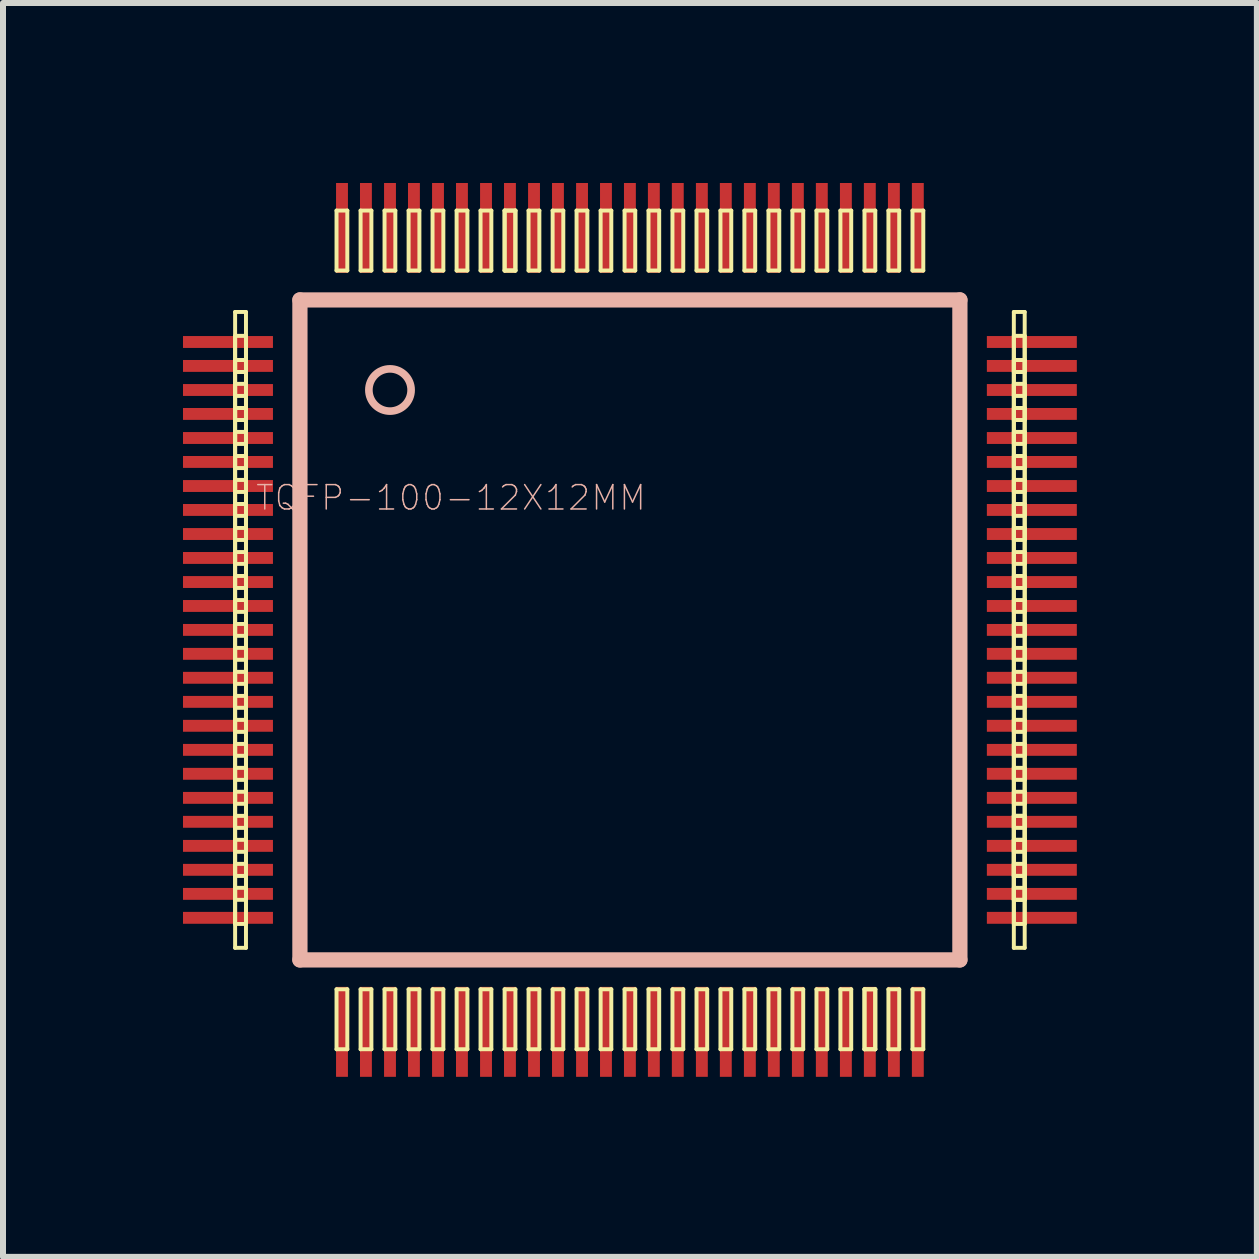
<source format=kicad_pcb>
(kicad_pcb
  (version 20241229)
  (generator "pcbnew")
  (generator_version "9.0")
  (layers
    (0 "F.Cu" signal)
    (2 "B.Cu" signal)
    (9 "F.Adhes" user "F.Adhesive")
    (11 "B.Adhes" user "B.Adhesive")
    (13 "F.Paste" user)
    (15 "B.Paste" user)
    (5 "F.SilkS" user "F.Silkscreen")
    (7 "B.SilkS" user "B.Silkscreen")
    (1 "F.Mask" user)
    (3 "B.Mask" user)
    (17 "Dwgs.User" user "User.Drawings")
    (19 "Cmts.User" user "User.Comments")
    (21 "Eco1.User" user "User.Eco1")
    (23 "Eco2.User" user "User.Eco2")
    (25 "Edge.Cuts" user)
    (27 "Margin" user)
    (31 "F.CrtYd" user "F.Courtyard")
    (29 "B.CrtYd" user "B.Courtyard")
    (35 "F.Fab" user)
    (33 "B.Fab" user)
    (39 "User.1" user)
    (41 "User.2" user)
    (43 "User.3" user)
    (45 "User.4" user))
  (footprint "TQFP-100-12X12MM"
    (layer "F.Cu")
    (at 7.447 7.447)
    (property "Reference" "TQFP-100-12X12MM" (at -2.982 -2.202 0) (layer "B.SilkS") (effects (font (size 0.406 0.406) (thickness 0.025))))
    (attr smd)
    (fp_line (start -6.579 -5.298) (end -6.398 -5.298) (stroke (width 0.066) (type solid)) (layer "F.SilkS"))
    (fp_line (start -6.579 -4.9) (end -6.398 -4.9) (stroke (width 0.066) (type solid)) (layer "F.SilkS"))
    (fp_line (start -6.579 -4.498) (end -6.398 -4.498) (stroke (width 0.066) (type solid)) (layer "F.SilkS"))
    (fp_line (start -6.579 -4.298) (end -6.579 -5.298) (stroke (width 0.066) (type solid)) (layer "F.SilkS"))
    (fp_line (start -6.579 -4.298) (end -6.398 -4.298) (stroke (width 0.066) (type solid)) (layer "F.SilkS"))
    (fp_line (start -6.579 -4.1) (end -6.398 -4.1) (stroke (width 0.066) (type solid)) (layer "F.SilkS"))
    (fp_line (start -6.579 -3.899) (end -6.579 -4.9) (stroke (width 0.066) (type solid)) (layer "F.SilkS"))
    (fp_line (start -6.579 -3.899) (end -6.398 -3.899) (stroke (width 0.066) (type solid)) (layer "F.SilkS"))
    (fp_line (start -6.579 -3.698) (end -6.398 -3.698) (stroke (width 0.066) (type solid)) (layer "F.SilkS"))
    (fp_line (start -6.579 -3.498) (end -6.579 -4.498) (stroke (width 0.066) (type solid)) (layer "F.SilkS"))
    (fp_line (start -6.579 -3.498) (end -6.398 -3.498) (stroke (width 0.066) (type solid)) (layer "F.SilkS"))
    (fp_line (start -6.579 -3.299) (end -6.398 -3.299) (stroke (width 0.066) (type solid)) (layer "F.SilkS"))
    (fp_line (start -6.579 -3.099) (end -6.579 -4.1) (stroke (width 0.066) (type solid)) (layer "F.SilkS"))
    (fp_line (start -6.579 -3.099) (end -6.398 -3.099) (stroke (width 0.066) (type solid)) (layer "F.SilkS"))
    (fp_line (start -6.579 -2.898) (end -6.398 -2.898) (stroke (width 0.066) (type solid)) (layer "F.SilkS"))
    (fp_line (start -6.579 -2.697) (end -6.579 -3.698) (stroke (width 0.066) (type solid)) (layer "F.SilkS"))
    (fp_line (start -6.579 -2.697) (end -6.398 -2.697) (stroke (width 0.066) (type solid)) (layer "F.SilkS"))
    (fp_line (start -6.579 -2.499) (end -6.398 -2.499) (stroke (width 0.066) (type solid)) (layer "F.SilkS"))
    (fp_line (start -6.579 -2.299) (end -6.579 -3.299) (stroke (width 0.066) (type solid)) (layer "F.SilkS"))
    (fp_line (start -6.579 -2.299) (end -6.398 -2.299) (stroke (width 0.066) (type solid)) (layer "F.SilkS"))
    (fp_line (start -6.579 -2.098) (end -6.398 -2.098) (stroke (width 0.066) (type solid)) (layer "F.SilkS"))
    (fp_line (start -6.579 -1.9) (end -6.579 -2.898) (stroke (width 0.066) (type solid)) (layer "F.SilkS"))
    (fp_line (start -6.579 -1.9) (end -6.398 -1.9) (stroke (width 0.066) (type solid)) (layer "F.SilkS"))
    (fp_line (start -6.579 -1.699) (end -6.398 -1.699) (stroke (width 0.066) (type solid)) (layer "F.SilkS"))
    (fp_line (start -6.579 -1.499) (end -6.579 -2.499) (stroke (width 0.066) (type solid)) (layer "F.SilkS"))
    (fp_line (start -6.579 -1.499) (end -6.398 -1.499) (stroke (width 0.066) (type solid)) (layer "F.SilkS"))
    (fp_line (start -6.579 -1.298) (end -6.398 -1.298) (stroke (width 0.066) (type solid)) (layer "F.SilkS"))
    (fp_line (start -6.579 -1.1) (end -6.579 -2.098) (stroke (width 0.066) (type solid)) (layer "F.SilkS"))
    (fp_line (start -6.579 -1.1) (end -6.398 -1.1) (stroke (width 0.066) (type solid)) (layer "F.SilkS"))
    (fp_line (start -6.579 -0.899) (end -6.398 -0.899) (stroke (width 0.066) (type solid)) (layer "F.SilkS"))
    (fp_line (start -6.579 -0.699) (end -6.579 -1.699) (stroke (width 0.066) (type solid)) (layer "F.SilkS"))
    (fp_line (start -6.579 -0.699) (end -6.398 -0.699) (stroke (width 0.066) (type solid)) (layer "F.SilkS"))
    (fp_line (start -6.579 -0.498) (end -6.398 -0.498) (stroke (width 0.066) (type solid)) (layer "F.SilkS"))
    (fp_line (start -6.579 -0.3) (end -6.579 -1.298) (stroke (width 0.066) (type solid)) (layer "F.SilkS"))
    (fp_line (start -6.579 -0.3) (end -6.398 -0.3) (stroke (width 0.066) (type solid)) (layer "F.SilkS"))
    (fp_line (start -6.579 -0.099) (end -6.398 -0.099) (stroke (width 0.066) (type solid)) (layer "F.SilkS"))
    (fp_line (start -6.579 0.099) (end -6.579 -0.899) (stroke (width 0.066) (type solid)) (layer "F.SilkS"))
    (fp_line (start -6.579 0.099) (end -6.398 0.099) (stroke (width 0.066) (type solid)) (layer "F.SilkS"))
    (fp_line (start -6.579 0.3) (end -6.398 0.3) (stroke (width 0.066) (type solid)) (layer "F.SilkS"))
    (fp_line (start -6.579 0.498) (end -6.579 -0.498) (stroke (width 0.066) (type solid)) (layer "F.SilkS"))
    (fp_line (start -6.579 0.498) (end -6.398 0.498) (stroke (width 0.066) (type solid)) (layer "F.SilkS"))
    (fp_line (start -6.579 0.699) (end -6.398 0.699) (stroke (width 0.066) (type solid)) (layer "F.SilkS"))
    (fp_line (start -6.579 0.899) (end -6.579 -0.099) (stroke (width 0.066) (type solid)) (layer "F.SilkS"))
    (fp_line (start -6.579 0.899) (end -6.398 0.899) (stroke (width 0.066) (type solid)) (layer "F.SilkS"))
    (fp_line (start -6.579 1.1) (end -6.398 1.1) (stroke (width 0.066) (type solid)) (layer "F.SilkS"))
    (fp_line (start -6.579 1.298) (end -6.579 0.3) (stroke (width 0.066) (type solid)) (layer "F.SilkS"))
    (fp_line (start -6.579 1.298) (end -6.398 1.298) (stroke (width 0.066) (type solid)) (layer "F.SilkS"))
    (fp_line (start -6.579 1.499) (end -6.398 1.499) (stroke (width 0.066) (type solid)) (layer "F.SilkS"))
    (fp_line (start -6.579 1.699) (end -6.579 0.699) (stroke (width 0.066) (type solid)) (layer "F.SilkS"))
    (fp_line (start -6.579 1.699) (end -6.398 1.699) (stroke (width 0.066) (type solid)) (layer "F.SilkS"))
    (fp_line (start -6.579 1.9) (end -6.398 1.9) (stroke (width 0.066) (type solid)) (layer "F.SilkS"))
    (fp_line (start -6.579 2.098) (end -6.579 1.1) (stroke (width 0.066) (type solid)) (layer "F.SilkS"))
    (fp_line (start -6.579 2.098) (end -6.398 2.098) (stroke (width 0.066) (type solid)) (layer "F.SilkS"))
    (fp_line (start -6.579 2.299) (end -6.398 2.299) (stroke (width 0.066) (type solid)) (layer "F.SilkS"))
    (fp_line (start -6.579 2.499) (end -6.579 1.499) (stroke (width 0.066) (type solid)) (layer "F.SilkS"))
    (fp_line (start -6.579 2.499) (end -6.398 2.499) (stroke (width 0.066) (type solid)) (layer "F.SilkS"))
    (fp_line (start -6.579 2.697) (end -6.398 2.697) (stroke (width 0.066) (type solid)) (layer "F.SilkS"))
    (fp_line (start -6.579 2.898) (end -6.579 1.9) (stroke (width 0.066) (type solid)) (layer "F.SilkS"))
    (fp_line (start -6.579 2.898) (end -6.398 2.898) (stroke (width 0.066) (type solid)) (layer "F.SilkS"))
    (fp_line (start -6.579 3.099) (end -6.398 3.099) (stroke (width 0.066) (type solid)) (layer "F.SilkS"))
    (fp_line (start -6.579 3.299) (end -6.579 2.299) (stroke (width 0.066) (type solid)) (layer "F.SilkS"))
    (fp_line (start -6.579 3.299) (end -6.398 3.299) (stroke (width 0.066) (type solid)) (layer "F.SilkS"))
    (fp_line (start -6.579 3.498) (end -6.398 3.498) (stroke (width 0.066) (type solid)) (layer "F.SilkS"))
    (fp_line (start -6.579 3.698) (end -6.579 2.697) (stroke (width 0.066) (type solid)) (layer "F.SilkS"))
    (fp_line (start -6.579 3.698) (end -6.398 3.698) (stroke (width 0.066) (type solid)) (layer "F.SilkS"))
    (fp_line (start -6.579 3.899) (end -6.398 3.899) (stroke (width 0.066) (type solid)) (layer "F.SilkS"))
    (fp_line (start -6.579 4.1) (end -6.579 3.099) (stroke (width 0.066) (type solid)) (layer "F.SilkS"))
    (fp_line (start -6.579 4.1) (end -6.398 4.1) (stroke (width 0.066) (type solid)) (layer "F.SilkS"))
    (fp_line (start -6.579 4.298) (end -6.398 4.298) (stroke (width 0.066) (type solid)) (layer "F.SilkS"))
    (fp_line (start -6.579 4.498) (end -6.579 3.498) (stroke (width 0.066) (type solid)) (layer "F.SilkS"))
    (fp_line (start -6.579 4.498) (end -6.398 4.498) (stroke (width 0.066) (type solid)) (layer "F.SilkS"))
    (fp_line (start -6.579 4.9) (end -6.579 3.899) (stroke (width 0.066) (type solid)) (layer "F.SilkS"))
    (fp_line (start -6.579 4.9) (end -6.398 4.9) (stroke (width 0.066) (type solid)) (layer "F.SilkS"))
    (fp_line (start -6.579 5.298) (end -6.579 4.298) (stroke (width 0.066) (type solid)) (layer "F.SilkS"))
    (fp_line (start -6.579 5.298) (end -6.398 5.298) (stroke (width 0.066) (type solid)) (layer "F.SilkS"))
    (fp_line (start -6.398 -4.298) (end -6.398 -5.298) (stroke (width 0.066) (type solid)) (layer "F.SilkS"))
    (fp_line (start -6.398 -3.899) (end -6.398 -4.9) (stroke (width 0.066) (type solid)) (layer "F.SilkS"))
    (fp_line (start -6.398 -3.498) (end -6.398 -4.498) (stroke (width 0.066) (type solid)) (layer "F.SilkS"))
    (fp_line (start -6.398 -3.099) (end -6.398 -4.1) (stroke (width 0.066) (type solid)) (layer "F.SilkS"))
    (fp_line (start -6.398 -2.697) (end -6.398 -3.698) (stroke (width 0.066) (type solid)) (layer "F.SilkS"))
    (fp_line (start -6.398 -2.299) (end -6.398 -3.299) (stroke (width 0.066) (type solid)) (layer "F.SilkS"))
    (fp_line (start -6.398 -1.9) (end -6.398 -2.898) (stroke (width 0.066) (type solid)) (layer "F.SilkS"))
    (fp_line (start -6.398 -1.499) (end -6.398 -2.499) (stroke (width 0.066) (type solid)) (layer "F.SilkS"))
    (fp_line (start -6.398 -1.1) (end -6.398 -2.098) (stroke (width 0.066) (type solid)) (layer "F.SilkS"))
    (fp_line (start -6.398 -0.699) (end -6.398 -1.699) (stroke (width 0.066) (type solid)) (layer "F.SilkS"))
    (fp_line (start -6.398 -0.3) (end -6.398 -1.298) (stroke (width 0.066) (type solid)) (layer "F.SilkS"))
    (fp_line (start -6.398 0.099) (end -6.398 -0.899) (stroke (width 0.066) (type solid)) (layer "F.SilkS"))
    (fp_line (start -6.398 0.498) (end -6.398 -0.498) (stroke (width 0.066) (type solid)) (layer "F.SilkS"))
    (fp_line (start -6.398 0.899) (end -6.398 -0.099) (stroke (width 0.066) (type solid)) (layer "F.SilkS"))
    (fp_line (start -6.398 1.298) (end -6.398 0.3) (stroke (width 0.066) (type solid)) (layer "F.SilkS"))
    (fp_line (start -6.398 1.699) (end -6.398 0.699) (stroke (width 0.066) (type solid)) (layer "F.SilkS"))
    (fp_line (start -6.398 2.098) (end -6.398 1.1) (stroke (width 0.066) (type solid)) (layer "F.SilkS"))
    (fp_line (start -6.398 2.499) (end -6.398 1.499) (stroke (width 0.066) (type solid)) (layer "F.SilkS"))
    (fp_line (start -6.398 2.898) (end -6.398 1.9) (stroke (width 0.066) (type solid)) (layer "F.SilkS"))
    (fp_line (start -6.398 3.299) (end -6.398 2.299) (stroke (width 0.066) (type solid)) (layer "F.SilkS"))
    (fp_line (start -6.398 3.698) (end -6.398 2.697) (stroke (width 0.066) (type solid)) (layer "F.SilkS"))
    (fp_line (start -6.398 4.1) (end -6.398 3.099) (stroke (width 0.066) (type solid)) (layer "F.SilkS"))
    (fp_line (start -6.398 4.498) (end -6.398 3.498) (stroke (width 0.066) (type solid)) (layer "F.SilkS"))
    (fp_line (start -6.398 4.9) (end -6.398 3.899) (stroke (width 0.066) (type solid)) (layer "F.SilkS"))
    (fp_line (start -6.398 5.298) (end -6.398 4.298) (stroke (width 0.066) (type solid)) (layer "F.SilkS"))
    (fp_line (start -4.889 -6.988) (end -4.709 -6.988) (stroke (width 0.066) (type solid)) (layer "F.SilkS"))
    (fp_line (start -4.889 -5.989) (end -4.889 -6.988) (stroke (width 0.066) (type solid)) (layer "F.SilkS"))
    (fp_line (start -4.889 -5.989) (end -4.709 -5.989) (stroke (width 0.066) (type solid)) (layer "F.SilkS"))
    (fp_line (start -4.889 5.989) (end -4.709 5.989) (stroke (width 0.066) (type solid)) (layer "F.SilkS"))
    (fp_line (start -4.889 6.988) (end -4.889 5.989) (stroke (width 0.066) (type solid)) (layer "F.SilkS"))
    (fp_line (start -4.889 6.988) (end -4.709 6.988) (stroke (width 0.066) (type solid)) (layer "F.SilkS"))
    (fp_line (start -4.709 -5.989) (end -4.709 -6.988) (stroke (width 0.066) (type solid)) (layer "F.SilkS"))
    (fp_line (start -4.709 6.988) (end -4.709 5.989) (stroke (width 0.066) (type solid)) (layer "F.SilkS"))
    (fp_line (start -4.488 -6.988) (end -4.308 -6.988) (stroke (width 0.066) (type solid)) (layer "F.SilkS"))
    (fp_line (start -4.488 -5.989) (end -4.488 -6.988) (stroke (width 0.066) (type solid)) (layer "F.SilkS"))
    (fp_line (start -4.488 -5.989) (end -4.308 -5.989) (stroke (width 0.066) (type solid)) (layer "F.SilkS"))
    (fp_line (start -4.488 5.989) (end -4.308 5.989) (stroke (width 0.066) (type solid)) (layer "F.SilkS"))
    (fp_line (start -4.488 6.988) (end -4.488 5.989) (stroke (width 0.066) (type solid)) (layer "F.SilkS"))
    (fp_line (start -4.488 6.988) (end -4.308 6.988) (stroke (width 0.066) (type solid)) (layer "F.SilkS"))
    (fp_line (start -4.308 -5.989) (end -4.308 -6.988) (stroke (width 0.066) (type solid)) (layer "F.SilkS"))
    (fp_line (start -4.308 6.988) (end -4.308 5.989) (stroke (width 0.066) (type solid)) (layer "F.SilkS"))
    (fp_line (start -4.089 -6.988) (end -3.909 -6.988) (stroke (width 0.066) (type solid)) (layer "F.SilkS"))
    (fp_line (start -4.089 -5.989) (end -4.089 -6.988) (stroke (width 0.066) (type solid)) (layer "F.SilkS"))
    (fp_line (start -4.089 -5.989) (end -3.909 -5.989) (stroke (width 0.066) (type solid)) (layer "F.SilkS"))
    (fp_line (start -4.089 5.989) (end -3.909 5.989) (stroke (width 0.066) (type solid)) (layer "F.SilkS"))
    (fp_line (start -4.089 6.988) (end -4.089 5.989) (stroke (width 0.066) (type solid)) (layer "F.SilkS"))
    (fp_line (start -4.089 6.988) (end -3.909 6.988) (stroke (width 0.066) (type solid)) (layer "F.SilkS"))
    (fp_line (start -3.909 -5.989) (end -3.909 -6.988) (stroke (width 0.066) (type solid)) (layer "F.SilkS"))
    (fp_line (start -3.909 6.988) (end -3.909 5.989) (stroke (width 0.066) (type solid)) (layer "F.SilkS"))
    (fp_line (start -3.688 -6.988) (end -3.508 -6.988) (stroke (width 0.066) (type solid)) (layer "F.SilkS"))
    (fp_line (start -3.688 -5.989) (end -3.688 -6.988) (stroke (width 0.066) (type solid)) (layer "F.SilkS"))
    (fp_line (start -3.688 -5.989) (end -3.508 -5.989) (stroke (width 0.066) (type solid)) (layer "F.SilkS"))
    (fp_line (start -3.688 5.989) (end -3.508 5.989) (stroke (width 0.066) (type solid)) (layer "F.SilkS"))
    (fp_line (start -3.688 6.988) (end -3.688 5.989) (stroke (width 0.066) (type solid)) (layer "F.SilkS"))
    (fp_line (start -3.688 6.988) (end -3.508 6.988) (stroke (width 0.066) (type solid)) (layer "F.SilkS"))
    (fp_line (start -3.508 -5.989) (end -3.508 -6.988) (stroke (width 0.066) (type solid)) (layer "F.SilkS"))
    (fp_line (start -3.508 6.988) (end -3.508 5.989) (stroke (width 0.066) (type solid)) (layer "F.SilkS"))
    (fp_line (start -3.289 -6.988) (end -3.109 -6.988) (stroke (width 0.066) (type solid)) (layer "F.SilkS"))
    (fp_line (start -3.289 -5.989) (end -3.289 -6.988) (stroke (width 0.066) (type solid)) (layer "F.SilkS"))
    (fp_line (start -3.289 -5.989) (end -3.109 -5.989) (stroke (width 0.066) (type solid)) (layer "F.SilkS"))
    (fp_line (start -3.289 5.989) (end -3.109 5.989) (stroke (width 0.066) (type solid)) (layer "F.SilkS"))
    (fp_line (start -3.289 6.988) (end -3.289 5.989) (stroke (width 0.066) (type solid)) (layer "F.SilkS"))
    (fp_line (start -3.289 6.988) (end -3.109 6.988) (stroke (width 0.066) (type solid)) (layer "F.SilkS"))
    (fp_line (start -3.109 -5.989) (end -3.109 -6.988) (stroke (width 0.066) (type solid)) (layer "F.SilkS"))
    (fp_line (start -3.109 6.988) (end -3.109 5.989) (stroke (width 0.066) (type solid)) (layer "F.SilkS"))
    (fp_line (start -2.888 -6.988) (end -2.708 -6.988) (stroke (width 0.066) (type solid)) (layer "F.SilkS"))
    (fp_line (start -2.888 -5.989) (end -2.888 -6.988) (stroke (width 0.066) (type solid)) (layer "F.SilkS"))
    (fp_line (start -2.888 -5.989) (end -2.708 -5.989) (stroke (width 0.066) (type solid)) (layer "F.SilkS"))
    (fp_line (start -2.888 5.989) (end -2.708 5.989) (stroke (width 0.066) (type solid)) (layer "F.SilkS"))
    (fp_line (start -2.888 6.988) (end -2.888 5.989) (stroke (width 0.066) (type solid)) (layer "F.SilkS"))
    (fp_line (start -2.888 6.988) (end -2.708 6.988) (stroke (width 0.066) (type solid)) (layer "F.SilkS"))
    (fp_line (start -2.708 -5.989) (end -2.708 -6.988) (stroke (width 0.066) (type solid)) (layer "F.SilkS"))
    (fp_line (start -2.708 6.988) (end -2.708 5.989) (stroke (width 0.066) (type solid)) (layer "F.SilkS"))
    (fp_line (start -2.489 -6.988) (end -2.309 -6.988) (stroke (width 0.066) (type solid)) (layer "F.SilkS"))
    (fp_line (start -2.489 -5.989) (end -2.489 -6.988) (stroke (width 0.066) (type solid)) (layer "F.SilkS"))
    (fp_line (start -2.489 -5.989) (end -2.309 -5.989) (stroke (width 0.066) (type solid)) (layer "F.SilkS"))
    (fp_line (start -2.489 5.989) (end -2.309 5.989) (stroke (width 0.066) (type solid)) (layer "F.SilkS"))
    (fp_line (start -2.489 6.988) (end -2.489 5.989) (stroke (width 0.066) (type solid)) (layer "F.SilkS"))
    (fp_line (start -2.489 6.988) (end -2.309 6.988) (stroke (width 0.066) (type solid)) (layer "F.SilkS"))
    (fp_line (start -2.309 -5.989) (end -2.309 -6.988) (stroke (width 0.066) (type solid)) (layer "F.SilkS"))
    (fp_line (start -2.309 6.988) (end -2.309 5.989) (stroke (width 0.066) (type solid)) (layer "F.SilkS"))
    (fp_line (start -2.088 -6.988) (end -1.908 -6.988) (stroke (width 0.066) (type solid)) (layer "F.SilkS"))
    (fp_line (start -2.088 -6.988) (end -1.908 -6.988) (stroke (width 0.066) (type solid)) (layer "F.SilkS"))
    (fp_line (start -2.088 -5.989) (end -2.088 -6.988) (stroke (width 0.066) (type solid)) (layer "F.SilkS"))
    (fp_line (start -2.088 -5.989) (end -2.088 -6.988) (stroke (width 0.066) (type solid)) (layer "F.SilkS"))
    (fp_line (start -2.088 -5.989) (end -1.908 -5.989) (stroke (width 0.066) (type solid)) (layer "F.SilkS"))
    (fp_line (start -2.088 -5.989) (end -1.908 -5.989) (stroke (width 0.066) (type solid)) (layer "F.SilkS"))
    (fp_line (start -2.088 5.989) (end -1.908 5.989) (stroke (width 0.066) (type solid)) (layer "F.SilkS"))
    (fp_line (start -2.088 6.988) (end -2.088 5.989) (stroke (width 0.066) (type solid)) (layer "F.SilkS"))
    (fp_line (start -2.088 6.988) (end -1.908 6.988) (stroke (width 0.066) (type solid)) (layer "F.SilkS"))
    (fp_line (start -1.908 -5.989) (end -1.908 -6.988) (stroke (width 0.066) (type solid)) (layer "F.SilkS"))
    (fp_line (start -1.908 -5.989) (end -1.908 -6.988) (stroke (width 0.066) (type solid)) (layer "F.SilkS"))
    (fp_line (start -1.908 6.988) (end -1.908 5.989) (stroke (width 0.066) (type solid)) (layer "F.SilkS"))
    (fp_line (start -1.689 -6.988) (end -1.509 -6.988) (stroke (width 0.066) (type solid)) (layer "F.SilkS"))
    (fp_line (start -1.689 -5.989) (end -1.689 -6.988) (stroke (width 0.066) (type solid)) (layer "F.SilkS"))
    (fp_line (start -1.689 -5.989) (end -1.509 -5.989) (stroke (width 0.066) (type solid)) (layer "F.SilkS"))
    (fp_line (start -1.689 5.989) (end -1.509 5.989) (stroke (width 0.066) (type solid)) (layer "F.SilkS"))
    (fp_line (start -1.689 6.988) (end -1.689 5.989) (stroke (width 0.066) (type solid)) (layer "F.SilkS"))
    (fp_line (start -1.689 6.988) (end -1.509 6.988) (stroke (width 0.066) (type solid)) (layer "F.SilkS"))
    (fp_line (start -1.509 -5.989) (end -1.509 -6.988) (stroke (width 0.066) (type solid)) (layer "F.SilkS"))
    (fp_line (start -1.509 6.988) (end -1.509 5.989) (stroke (width 0.066) (type solid)) (layer "F.SilkS"))
    (fp_line (start -1.288 -6.988) (end -1.11 -6.988) (stroke (width 0.066) (type solid)) (layer "F.SilkS"))
    (fp_line (start -1.288 -5.989) (end -1.288 -6.988) (stroke (width 0.066) (type solid)) (layer "F.SilkS"))
    (fp_line (start -1.288 -5.989) (end -1.11 -5.989) (stroke (width 0.066) (type solid)) (layer "F.SilkS"))
    (fp_line (start -1.288 5.989) (end -1.11 5.989) (stroke (width 0.066) (type solid)) (layer "F.SilkS"))
    (fp_line (start -1.288 6.988) (end -1.288 5.989) (stroke (width 0.066) (type solid)) (layer "F.SilkS"))
    (fp_line (start -1.288 6.988) (end -1.11 6.988) (stroke (width 0.066) (type solid)) (layer "F.SilkS"))
    (fp_line (start -1.11 -5.989) (end -1.11 -6.988) (stroke (width 0.066) (type solid)) (layer "F.SilkS"))
    (fp_line (start -1.11 6.988) (end -1.11 5.989) (stroke (width 0.066) (type solid)) (layer "F.SilkS"))
    (fp_line (start -0.889 -6.988) (end -0.709 -6.988) (stroke (width 0.066) (type solid)) (layer "F.SilkS"))
    (fp_line (start -0.889 -5.989) (end -0.889 -6.988) (stroke (width 0.066) (type solid)) (layer "F.SilkS"))
    (fp_line (start -0.889 -5.989) (end -0.709 -5.989) (stroke (width 0.066) (type solid)) (layer "F.SilkS"))
    (fp_line (start -0.889 5.989) (end -0.709 5.989) (stroke (width 0.066) (type solid)) (layer "F.SilkS"))
    (fp_line (start -0.889 6.988) (end -0.889 5.989) (stroke (width 0.066) (type solid)) (layer "F.SilkS"))
    (fp_line (start -0.889 6.988) (end -0.709 6.988) (stroke (width 0.066) (type solid)) (layer "F.SilkS"))
    (fp_line (start -0.709 -5.989) (end -0.709 -6.988) (stroke (width 0.066) (type solid)) (layer "F.SilkS"))
    (fp_line (start -0.709 6.988) (end -0.709 5.989) (stroke (width 0.066) (type solid)) (layer "F.SilkS"))
    (fp_line (start -0.488 -6.988) (end -0.31 -6.988) (stroke (width 0.066) (type solid)) (layer "F.SilkS"))
    (fp_line (start -0.488 -5.989) (end -0.488 -6.988) (stroke (width 0.066) (type solid)) (layer "F.SilkS"))
    (fp_line (start -0.488 -5.989) (end -0.31 -5.989) (stroke (width 0.066) (type solid)) (layer "F.SilkS"))
    (fp_line (start -0.488 5.989) (end -0.31 5.989) (stroke (width 0.066) (type solid)) (layer "F.SilkS"))
    (fp_line (start -0.488 6.988) (end -0.488 5.989) (stroke (width 0.066) (type solid)) (layer "F.SilkS"))
    (fp_line (start -0.488 6.988) (end -0.31 6.988) (stroke (width 0.066) (type solid)) (layer "F.SilkS"))
    (fp_line (start -0.31 -5.989) (end -0.31 -6.988) (stroke (width 0.066) (type solid)) (layer "F.SilkS"))
    (fp_line (start -0.31 6.988) (end -0.31 5.989) (stroke (width 0.066) (type solid)) (layer "F.SilkS"))
    (fp_line (start -0.089 -6.988) (end 0.089 -6.988) (stroke (width 0.066) (type solid)) (layer "F.SilkS"))
    (fp_line (start -0.089 -5.989) (end -0.089 -6.988) (stroke (width 0.066) (type solid)) (layer "F.SilkS"))
    (fp_line (start -0.089 -5.989) (end 0.089 -5.989) (stroke (width 0.066) (type solid)) (layer "F.SilkS"))
    (fp_line (start -0.089 5.989) (end 0.089 5.989) (stroke (width 0.066) (type solid)) (layer "F.SilkS"))
    (fp_line (start -0.089 6.988) (end -0.089 5.989) (stroke (width 0.066) (type solid)) (layer "F.SilkS"))
    (fp_line (start -0.089 6.988) (end 0.089 6.988) (stroke (width 0.066) (type solid)) (layer "F.SilkS"))
    (fp_line (start 0.089 -5.989) (end 0.089 -6.988) (stroke (width 0.066) (type solid)) (layer "F.SilkS"))
    (fp_line (start 0.089 6.988) (end 0.089 5.989) (stroke (width 0.066) (type solid)) (layer "F.SilkS"))
    (fp_line (start 0.31 -6.988) (end 0.488 -6.988) (stroke (width 0.066) (type solid)) (layer "F.SilkS"))
    (fp_line (start 0.31 -5.989) (end 0.31 -6.988) (stroke (width 0.066) (type solid)) (layer "F.SilkS"))
    (fp_line (start 0.31 -5.989) (end 0.488 -5.989) (stroke (width 0.066) (type solid)) (layer "F.SilkS"))
    (fp_line (start 0.31 5.989) (end 0.488 5.989) (stroke (width 0.066) (type solid)) (layer "F.SilkS"))
    (fp_line (start 0.31 6.988) (end 0.31 5.989) (stroke (width 0.066) (type solid)) (layer "F.SilkS"))
    (fp_line (start 0.31 6.988) (end 0.488 6.988) (stroke (width 0.066) (type solid)) (layer "F.SilkS"))
    (fp_line (start 0.488 -5.989) (end 0.488 -6.988) (stroke (width 0.066) (type solid)) (layer "F.SilkS"))
    (fp_line (start 0.488 6.988) (end 0.488 5.989) (stroke (width 0.066) (type solid)) (layer "F.SilkS"))
    (fp_line (start 0.709 -6.988) (end 0.889 -6.988) (stroke (width 0.066) (type solid)) (layer "F.SilkS"))
    (fp_line (start 0.709 -5.989) (end 0.709 -6.988) (stroke (width 0.066) (type solid)) (layer "F.SilkS"))
    (fp_line (start 0.709 -5.989) (end 0.889 -5.989) (stroke (width 0.066) (type solid)) (layer "F.SilkS"))
    (fp_line (start 0.709 5.989) (end 0.889 5.989) (stroke (width 0.066) (type solid)) (layer "F.SilkS"))
    (fp_line (start 0.709 6.988) (end 0.709 5.989) (stroke (width 0.066) (type solid)) (layer "F.SilkS"))
    (fp_line (start 0.709 6.988) (end 0.889 6.988) (stroke (width 0.066) (type solid)) (layer "F.SilkS"))
    (fp_line (start 0.889 -5.989) (end 0.889 -6.988) (stroke (width 0.066) (type solid)) (layer "F.SilkS"))
    (fp_line (start 0.889 6.988) (end 0.889 5.989) (stroke (width 0.066) (type solid)) (layer "F.SilkS"))
    (fp_line (start 1.11 -6.988) (end 1.288 -6.988) (stroke (width 0.066) (type solid)) (layer "F.SilkS"))
    (fp_line (start 1.11 -5.989) (end 1.11 -6.988) (stroke (width 0.066) (type solid)) (layer "F.SilkS"))
    (fp_line (start 1.11 -5.989) (end 1.288 -5.989) (stroke (width 0.066) (type solid)) (layer "F.SilkS"))
    (fp_line (start 1.11 5.989) (end 1.288 5.989) (stroke (width 0.066) (type solid)) (layer "F.SilkS"))
    (fp_line (start 1.11 6.988) (end 1.11 5.989) (stroke (width 0.066) (type solid)) (layer "F.SilkS"))
    (fp_line (start 1.11 6.988) (end 1.288 6.988) (stroke (width 0.066) (type solid)) (layer "F.SilkS"))
    (fp_line (start 1.288 -5.989) (end 1.288 -6.988) (stroke (width 0.066) (type solid)) (layer "F.SilkS"))
    (fp_line (start 1.288 6.988) (end 1.288 5.989) (stroke (width 0.066) (type solid)) (layer "F.SilkS"))
    (fp_line (start 1.509 -6.988) (end 1.689 -6.988) (stroke (width 0.066) (type solid)) (layer "F.SilkS"))
    (fp_line (start 1.509 -5.989) (end 1.509 -6.988) (stroke (width 0.066) (type solid)) (layer "F.SilkS"))
    (fp_line (start 1.509 -5.989) (end 1.689 -5.989) (stroke (width 0.066) (type solid)) (layer "F.SilkS"))
    (fp_line (start 1.509 5.989) (end 1.689 5.989) (stroke (width 0.066) (type solid)) (layer "F.SilkS"))
    (fp_line (start 1.509 6.988) (end 1.509 5.989) (stroke (width 0.066) (type solid)) (layer "F.SilkS"))
    (fp_line (start 1.509 6.988) (end 1.689 6.988) (stroke (width 0.066) (type solid)) (layer "F.SilkS"))
    (fp_line (start 1.689 -5.989) (end 1.689 -6.988) (stroke (width 0.066) (type solid)) (layer "F.SilkS"))
    (fp_line (start 1.689 6.988) (end 1.689 5.989) (stroke (width 0.066) (type solid)) (layer "F.SilkS"))
    (fp_line (start 1.908 -6.988) (end 2.088 -6.988) (stroke (width 0.066) (type solid)) (layer "F.SilkS"))
    (fp_line (start 1.908 -5.989) (end 1.908 -6.988) (stroke (width 0.066) (type solid)) (layer "F.SilkS"))
    (fp_line (start 1.908 -5.989) (end 2.088 -5.989) (stroke (width 0.066) (type solid)) (layer "F.SilkS"))
    (fp_line (start 1.908 5.989) (end 2.088 5.989) (stroke (width 0.066) (type solid)) (layer "F.SilkS"))
    (fp_line (start 1.908 6.988) (end 1.908 5.989) (stroke (width 0.066) (type solid)) (layer "F.SilkS"))
    (fp_line (start 1.908 6.988) (end 2.088 6.988) (stroke (width 0.066) (type solid)) (layer "F.SilkS"))
    (fp_line (start 2.088 -5.989) (end 2.088 -6.988) (stroke (width 0.066) (type solid)) (layer "F.SilkS"))
    (fp_line (start 2.088 6.988) (end 2.088 5.989) (stroke (width 0.066) (type solid)) (layer "F.SilkS"))
    (fp_line (start 2.309 -6.988) (end 2.489 -6.988) (stroke (width 0.066) (type solid)) (layer "F.SilkS"))
    (fp_line (start 2.309 -5.989) (end 2.309 -6.988) (stroke (width 0.066) (type solid)) (layer "F.SilkS"))
    (fp_line (start 2.309 -5.989) (end 2.489 -5.989) (stroke (width 0.066) (type solid)) (layer "F.SilkS"))
    (fp_line (start 2.309 5.989) (end 2.489 5.989) (stroke (width 0.066) (type solid)) (layer "F.SilkS"))
    (fp_line (start 2.309 6.988) (end 2.309 5.989) (stroke (width 0.066) (type solid)) (layer "F.SilkS"))
    (fp_line (start 2.309 6.988) (end 2.489 6.988) (stroke (width 0.066) (type solid)) (layer "F.SilkS"))
    (fp_line (start 2.489 -5.989) (end 2.489 -6.988) (stroke (width 0.066) (type solid)) (layer "F.SilkS"))
    (fp_line (start 2.489 6.988) (end 2.489 5.989) (stroke (width 0.066) (type solid)) (layer "F.SilkS"))
    (fp_line (start 2.708 -6.988) (end 2.888 -6.988) (stroke (width 0.066) (type solid)) (layer "F.SilkS"))
    (fp_line (start 2.708 -5.989) (end 2.708 -6.988) (stroke (width 0.066) (type solid)) (layer "F.SilkS"))
    (fp_line (start 2.708 -5.989) (end 2.888 -5.989) (stroke (width 0.066) (type solid)) (layer "F.SilkS"))
    (fp_line (start 2.708 5.989) (end 2.888 5.989) (stroke (width 0.066) (type solid)) (layer "F.SilkS"))
    (fp_line (start 2.708 6.988) (end 2.708 5.989) (stroke (width 0.066) (type solid)) (layer "F.SilkS"))
    (fp_line (start 2.708 6.988) (end 2.888 6.988) (stroke (width 0.066) (type solid)) (layer "F.SilkS"))
    (fp_line (start 2.888 -5.989) (end 2.888 -6.988) (stroke (width 0.066) (type solid)) (layer "F.SilkS"))
    (fp_line (start 2.888 6.988) (end 2.888 5.989) (stroke (width 0.066) (type solid)) (layer "F.SilkS"))
    (fp_line (start 3.109 -6.988) (end 3.289 -6.988) (stroke (width 0.066) (type solid)) (layer "F.SilkS"))
    (fp_line (start 3.109 -5.989) (end 3.109 -6.988) (stroke (width 0.066) (type solid)) (layer "F.SilkS"))
    (fp_line (start 3.109 -5.989) (end 3.289 -5.989) (stroke (width 0.066) (type solid)) (layer "F.SilkS"))
    (fp_line (start 3.109 5.989) (end 3.289 5.989) (stroke (width 0.066) (type solid)) (layer "F.SilkS"))
    (fp_line (start 3.109 6.988) (end 3.109 5.989) (stroke (width 0.066) (type solid)) (layer "F.SilkS"))
    (fp_line (start 3.109 6.988) (end 3.289 6.988) (stroke (width 0.066) (type solid)) (layer "F.SilkS"))
    (fp_line (start 3.289 -5.989) (end 3.289 -6.988) (stroke (width 0.066) (type solid)) (layer "F.SilkS"))
    (fp_line (start 3.289 6.988) (end 3.289 5.989) (stroke (width 0.066) (type solid)) (layer "F.SilkS"))
    (fp_line (start 3.508 -6.988) (end 3.688 -6.988) (stroke (width 0.066) (type solid)) (layer "F.SilkS"))
    (fp_line (start 3.508 -5.989) (end 3.508 -6.988) (stroke (width 0.066) (type solid)) (layer "F.SilkS"))
    (fp_line (start 3.508 -5.989) (end 3.688 -5.989) (stroke (width 0.066) (type solid)) (layer "F.SilkS"))
    (fp_line (start 3.508 5.989) (end 3.688 5.989) (stroke (width 0.066) (type solid)) (layer "F.SilkS"))
    (fp_line (start 3.508 6.988) (end 3.508 5.989) (stroke (width 0.066) (type solid)) (layer "F.SilkS"))
    (fp_line (start 3.508 6.988) (end 3.688 6.988) (stroke (width 0.066) (type solid)) (layer "F.SilkS"))
    (fp_line (start 3.688 -5.989) (end 3.688 -6.988) (stroke (width 0.066) (type solid)) (layer "F.SilkS"))
    (fp_line (start 3.688 6.988) (end 3.688 5.989) (stroke (width 0.066) (type solid)) (layer "F.SilkS"))
    (fp_line (start 3.909 -6.988) (end 4.089 -6.988) (stroke (width 0.066) (type solid)) (layer "F.SilkS"))
    (fp_line (start 3.909 -5.989) (end 3.909 -6.988) (stroke (width 0.066) (type solid)) (layer "F.SilkS"))
    (fp_line (start 3.909 -5.989) (end 4.089 -5.989) (stroke (width 0.066) (type solid)) (layer "F.SilkS"))
    (fp_line (start 3.909 5.989) (end 4.089 5.989) (stroke (width 0.066) (type solid)) (layer "F.SilkS"))
    (fp_line (start 3.909 5.989) (end 4.089 5.989) (stroke (width 0.066) (type solid)) (layer "F.SilkS"))
    (fp_line (start 3.909 6.988) (end 3.909 5.989) (stroke (width 0.066) (type solid)) (layer "F.SilkS"))
    (fp_line (start 3.909 6.988) (end 3.909 5.989) (stroke (width 0.066) (type solid)) (layer "F.SilkS"))
    (fp_line (start 3.909 6.988) (end 4.089 6.988) (stroke (width 0.066) (type solid)) (layer "F.SilkS"))
    (fp_line (start 3.909 6.988) (end 4.089 6.988) (stroke (width 0.066) (type solid)) (layer "F.SilkS"))
    (fp_line (start 4.089 -5.989) (end 4.089 -6.988) (stroke (width 0.066) (type solid)) (layer "F.SilkS"))
    (fp_line (start 4.089 6.988) (end 4.089 5.989) (stroke (width 0.066) (type solid)) (layer "F.SilkS"))
    (fp_line (start 4.089 6.988) (end 4.089 5.989) (stroke (width 0.066) (type solid)) (layer "F.SilkS"))
    (fp_line (start 4.308 -6.988) (end 4.488 -6.988) (stroke (width 0.066) (type solid)) (layer "F.SilkS"))
    (fp_line (start 4.308 -5.989) (end 4.308 -6.988) (stroke (width 0.066) (type solid)) (layer "F.SilkS"))
    (fp_line (start 4.308 -5.989) (end 4.488 -5.989) (stroke (width 0.066) (type solid)) (layer "F.SilkS"))
    (fp_line (start 4.308 5.989) (end 4.488 5.989) (stroke (width 0.066) (type solid)) (layer "F.SilkS"))
    (fp_line (start 4.308 6.988) (end 4.308 5.989) (stroke (width 0.066) (type solid)) (layer "F.SilkS"))
    (fp_line (start 4.308 6.988) (end 4.488 6.988) (stroke (width 0.066) (type solid)) (layer "F.SilkS"))
    (fp_line (start 4.488 -5.989) (end 4.488 -6.988) (stroke (width 0.066) (type solid)) (layer "F.SilkS"))
    (fp_line (start 4.488 6.988) (end 4.488 5.989) (stroke (width 0.066) (type solid)) (layer "F.SilkS"))
    (fp_line (start 4.709 -6.988) (end 4.889 -6.988) (stroke (width 0.066) (type solid)) (layer "F.SilkS"))
    (fp_line (start 4.709 -5.989) (end 4.709 -6.988) (stroke (width 0.066) (type solid)) (layer "F.SilkS"))
    (fp_line (start 4.709 -5.989) (end 4.889 -5.989) (stroke (width 0.066) (type solid)) (layer "F.SilkS"))
    (fp_line (start 4.709 5.989) (end 4.889 5.989) (stroke (width 0.066) (type solid)) (layer "F.SilkS"))
    (fp_line (start 4.709 6.988) (end 4.709 5.989) (stroke (width 0.066) (type solid)) (layer "F.SilkS"))
    (fp_line (start 4.709 6.988) (end 4.889 6.988) (stroke (width 0.066) (type solid)) (layer "F.SilkS"))
    (fp_line (start 4.889 -5.989) (end 4.889 -6.988) (stroke (width 0.066) (type solid)) (layer "F.SilkS"))
    (fp_line (start 4.889 6.988) (end 4.889 5.989) (stroke (width 0.066) (type solid)) (layer "F.SilkS"))
    (fp_line (start 6.398 -5.298) (end 6.579 -5.298) (stroke (width 0.066) (type solid)) (layer "F.SilkS"))
    (fp_line (start 6.398 -4.9) (end 6.579 -4.9) (stroke (width 0.066) (type solid)) (layer "F.SilkS"))
    (fp_line (start 6.398 -4.498) (end 6.579 -4.498) (stroke (width 0.066) (type solid)) (layer "F.SilkS"))
    (fp_line (start 6.398 -4.298) (end 6.398 -5.298) (stroke (width 0.066) (type solid)) (layer "F.SilkS"))
    (fp_line (start 6.398 -4.298) (end 6.579 -4.298) (stroke (width 0.066) (type solid)) (layer "F.SilkS"))
    (fp_line (start 6.398 -4.1) (end 6.579 -4.1) (stroke (width 0.066) (type solid)) (layer "F.SilkS"))
    (fp_line (start 6.398 -3.899) (end 6.398 -4.9) (stroke (width 0.066) (type solid)) (layer "F.SilkS"))
    (fp_line (start 6.398 -3.899) (end 6.579 -3.899) (stroke (width 0.066) (type solid)) (layer "F.SilkS"))
    (fp_line (start 6.398 -3.698) (end 6.579 -3.698) (stroke (width 0.066) (type solid)) (layer "F.SilkS"))
    (fp_line (start 6.398 -3.498) (end 6.398 -4.498) (stroke (width 0.066) (type solid)) (layer "F.SilkS"))
    (fp_line (start 6.398 -3.498) (end 6.579 -3.498) (stroke (width 0.066) (type solid)) (layer "F.SilkS"))
    (fp_line (start 6.398 -3.299) (end 6.579 -3.299) (stroke (width 0.066) (type solid)) (layer "F.SilkS"))
    (fp_line (start 6.398 -3.099) (end 6.398 -4.1) (stroke (width 0.066) (type solid)) (layer "F.SilkS"))
    (fp_line (start 6.398 -3.099) (end 6.579 -3.099) (stroke (width 0.066) (type solid)) (layer "F.SilkS"))
    (fp_line (start 6.398 -2.898) (end 6.579 -2.898) (stroke (width 0.066) (type solid)) (layer "F.SilkS"))
    (fp_line (start 6.398 -2.697) (end 6.398 -3.698) (stroke (width 0.066) (type solid)) (layer "F.SilkS"))
    (fp_line (start 6.398 -2.697) (end 6.579 -2.697) (stroke (width 0.066) (type solid)) (layer "F.SilkS"))
    (fp_line (start 6.398 -2.499) (end 6.579 -2.499) (stroke (width 0.066) (type solid)) (layer "F.SilkS"))
    (fp_line (start 6.398 -2.299) (end 6.398 -3.299) (stroke (width 0.066) (type solid)) (layer "F.SilkS"))
    (fp_line (start 6.398 -2.299) (end 6.579 -2.299) (stroke (width 0.066) (type solid)) (layer "F.SilkS"))
    (fp_line (start 6.398 -2.098) (end 6.579 -2.098) (stroke (width 0.066) (type solid)) (layer "F.SilkS"))
    (fp_line (start 6.398 -1.9) (end 6.398 -2.898) (stroke (width 0.066) (type solid)) (layer "F.SilkS"))
    (fp_line (start 6.398 -1.9) (end 6.579 -1.9) (stroke (width 0.066) (type solid)) (layer "F.SilkS"))
    (fp_line (start 6.398 -1.699) (end 6.579 -1.699) (stroke (width 0.066) (type solid)) (layer "F.SilkS"))
    (fp_line (start 6.398 -1.499) (end 6.398 -2.499) (stroke (width 0.066) (type solid)) (layer "F.SilkS"))
    (fp_line (start 6.398 -1.499) (end 6.579 -1.499) (stroke (width 0.066) (type solid)) (layer "F.SilkS"))
    (fp_line (start 6.398 -1.298) (end 6.579 -1.298) (stroke (width 0.066) (type solid)) (layer "F.SilkS"))
    (fp_line (start 6.398 -1.1) (end 6.398 -2.098) (stroke (width 0.066) (type solid)) (layer "F.SilkS"))
    (fp_line (start 6.398 -1.1) (end 6.579 -1.1) (stroke (width 0.066) (type solid)) (layer "F.SilkS"))
    (fp_line (start 6.398 -0.899) (end 6.579 -0.899) (stroke (width 0.066) (type solid)) (layer "F.SilkS"))
    (fp_line (start 6.398 -0.699) (end 6.398 -1.699) (stroke (width 0.066) (type solid)) (layer "F.SilkS"))
    (fp_line (start 6.398 -0.699) (end 6.579 -0.699) (stroke (width 0.066) (type solid)) (layer "F.SilkS"))
    (fp_line (start 6.398 -0.498) (end 6.579 -0.498) (stroke (width 0.066) (type solid)) (layer "F.SilkS"))
    (fp_line (start 6.398 -0.3) (end 6.398 -1.298) (stroke (width 0.066) (type solid)) (layer "F.SilkS"))
    (fp_line (start 6.398 -0.3) (end 6.579 -0.3) (stroke (width 0.066) (type solid)) (layer "F.SilkS"))
    (fp_line (start 6.398 -0.099) (end 6.579 -0.099) (stroke (width 0.066) (type solid)) (layer "F.SilkS"))
    (fp_line (start 6.398 0.099) (end 6.398 -0.899) (stroke (width 0.066) (type solid)) (layer "F.SilkS"))
    (fp_line (start 6.398 0.099) (end 6.579 0.099) (stroke (width 0.066) (type solid)) (layer "F.SilkS"))
    (fp_line (start 6.398 0.3) (end 6.579 0.3) (stroke (width 0.066) (type solid)) (layer "F.SilkS"))
    (fp_line (start 6.398 0.498) (end 6.398 -0.498) (stroke (width 0.066) (type solid)) (layer "F.SilkS"))
    (fp_line (start 6.398 0.498) (end 6.579 0.498) (stroke (width 0.066) (type solid)) (layer "F.SilkS"))
    (fp_line (start 6.398 0.699) (end 6.579 0.699) (stroke (width 0.066) (type solid)) (layer "F.SilkS"))
    (fp_line (start 6.398 0.899) (end 6.398 -0.099) (stroke (width 0.066) (type solid)) (layer "F.SilkS"))
    (fp_line (start 6.398 0.899) (end 6.579 0.899) (stroke (width 0.066) (type solid)) (layer "F.SilkS"))
    (fp_line (start 6.398 1.1) (end 6.579 1.1) (stroke (width 0.066) (type solid)) (layer "F.SilkS"))
    (fp_line (start 6.398 1.298) (end 6.398 0.3) (stroke (width 0.066) (type solid)) (layer "F.SilkS"))
    (fp_line (start 6.398 1.298) (end 6.579 1.298) (stroke (width 0.066) (type solid)) (layer "F.SilkS"))
    (fp_line (start 6.398 1.499) (end 6.579 1.499) (stroke (width 0.066) (type solid)) (layer "F.SilkS"))
    (fp_line (start 6.398 1.699) (end 6.398 0.699) (stroke (width 0.066) (type solid)) (layer "F.SilkS"))
    (fp_line (start 6.398 1.699) (end 6.579 1.699) (stroke (width 0.066) (type solid)) (layer "F.SilkS"))
    (fp_line (start 6.398 1.9) (end 6.579 1.9) (stroke (width 0.066) (type solid)) (layer "F.SilkS"))
    (fp_line (start 6.398 2.098) (end 6.398 1.1) (stroke (width 0.066) (type solid)) (layer "F.SilkS"))
    (fp_line (start 6.398 2.098) (end 6.579 2.098) (stroke (width 0.066) (type solid)) (layer "F.SilkS"))
    (fp_line (start 6.398 2.299) (end 6.579 2.299) (stroke (width 0.066) (type solid)) (layer "F.SilkS"))
    (fp_line (start 6.398 2.499) (end 6.398 1.499) (stroke (width 0.066) (type solid)) (layer "F.SilkS"))
    (fp_line (start 6.398 2.499) (end 6.579 2.499) (stroke (width 0.066) (type solid)) (layer "F.SilkS"))
    (fp_line (start 6.398 2.697) (end 6.579 2.697) (stroke (width 0.066) (type solid)) (layer "F.SilkS"))
    (fp_line (start 6.398 2.898) (end 6.398 1.9) (stroke (width 0.066) (type solid)) (layer "F.SilkS"))
    (fp_line (start 6.398 2.898) (end 6.579 2.898) (stroke (width 0.066) (type solid)) (layer "F.SilkS"))
    (fp_line (start 6.398 3.099) (end 6.579 3.099) (stroke (width 0.066) (type solid)) (layer "F.SilkS"))
    (fp_line (start 6.398 3.099) (end 6.579 3.099) (stroke (width 0.066) (type solid)) (layer "F.SilkS"))
    (fp_line (start 6.398 3.299) (end 6.398 2.299) (stroke (width 0.066) (type solid)) (layer "F.SilkS"))
    (fp_line (start 6.398 3.299) (end 6.579 3.299) (stroke (width 0.066) (type solid)) (layer "F.SilkS"))
    (fp_line (start 6.398 3.498) (end 6.579 3.498) (stroke (width 0.066) (type solid)) (layer "F.SilkS"))
    (fp_line (start 6.398 3.498) (end 6.579 3.498) (stroke (width 0.066) (type solid)) (layer "F.SilkS"))
    (fp_line (start 6.398 3.698) (end 6.398 2.697) (stroke (width 0.066) (type solid)) (layer "F.SilkS"))
    (fp_line (start 6.398 3.698) (end 6.579 3.698) (stroke (width 0.066) (type solid)) (layer "F.SilkS"))
    (fp_line (start 6.398 3.899) (end 6.579 3.899) (stroke (width 0.066) (type solid)) (layer "F.SilkS"))
    (fp_line (start 6.398 4.1) (end 6.398 3.099) (stroke (width 0.066) (type solid)) (layer "F.SilkS"))
    (fp_line (start 6.398 4.1) (end 6.398 3.099) (stroke (width 0.066) (type solid)) (layer "F.SilkS"))
    (fp_line (start 6.398 4.1) (end 6.579 4.1) (stroke (width 0.066) (type solid)) (layer "F.SilkS"))
    (fp_line (start 6.398 4.1) (end 6.579 4.1) (stroke (width 0.066) (type solid)) (layer "F.SilkS"))
    (fp_line (start 6.398 4.298) (end 6.579 4.298) (stroke (width 0.066) (type solid)) (layer "F.SilkS"))
    (fp_line (start 6.398 4.498) (end 6.398 3.498) (stroke (width 0.066) (type solid)) (layer "F.SilkS"))
    (fp_line (start 6.398 4.498) (end 6.398 3.498) (stroke (width 0.066) (type solid)) (layer "F.SilkS"))
    (fp_line (start 6.398 4.498) (end 6.579 4.498) (stroke (width 0.066) (type solid)) (layer "F.SilkS"))
    (fp_line (start 6.398 4.498) (end 6.579 4.498) (stroke (width 0.066) (type solid)) (layer "F.SilkS"))
    (fp_line (start 6.398 4.9) (end 6.398 3.899) (stroke (width 0.066) (type solid)) (layer "F.SilkS"))
    (fp_line (start 6.398 4.9) (end 6.579 4.9) (stroke (width 0.066) (type solid)) (layer "F.SilkS"))
    (fp_line (start 6.398 5.298) (end 6.398 4.298) (stroke (width 0.066) (type solid)) (layer "F.SilkS"))
    (fp_line (start 6.398 5.298) (end 6.579 5.298) (stroke (width 0.066) (type solid)) (layer "F.SilkS"))
    (fp_line (start 6.579 -4.298) (end 6.579 -5.298) (stroke (width 0.066) (type solid)) (layer "F.SilkS"))
    (fp_line (start 6.579 -3.899) (end 6.579 -4.9) (stroke (width 0.066) (type solid)) (layer "F.SilkS"))
    (fp_line (start 6.579 -3.498) (end 6.579 -4.498) (stroke (width 0.066) (type solid)) (layer "F.SilkS"))
    (fp_line (start 6.579 -3.099) (end 6.579 -4.1) (stroke (width 0.066) (type solid)) (layer "F.SilkS"))
    (fp_line (start 6.579 -2.697) (end 6.579 -3.698) (stroke (width 0.066) (type solid)) (layer "F.SilkS"))
    (fp_line (start 6.579 -2.299) (end 6.579 -3.299) (stroke (width 0.066) (type solid)) (layer "F.SilkS"))
    (fp_line (start 6.579 -1.9) (end 6.579 -2.898) (stroke (width 0.066) (type solid)) (layer "F.SilkS"))
    (fp_line (start 6.579 -1.499) (end 6.579 -2.499) (stroke (width 0.066) (type solid)) (layer "F.SilkS"))
    (fp_line (start 6.579 -1.1) (end 6.579 -2.098) (stroke (width 0.066) (type solid)) (layer "F.SilkS"))
    (fp_line (start 6.579 -0.699) (end 6.579 -1.699) (stroke (width 0.066) (type solid)) (layer "F.SilkS"))
    (fp_line (start 6.579 -0.3) (end 6.579 -1.298) (stroke (width 0.066) (type solid)) (layer "F.SilkS"))
    (fp_line (start 6.579 0.099) (end 6.579 -0.899) (stroke (width 0.066) (type solid)) (layer "F.SilkS"))
    (fp_line (start 6.579 0.498) (end 6.579 -0.498) (stroke (width 0.066) (type solid)) (layer "F.SilkS"))
    (fp_line (start 6.579 0.899) (end 6.579 -0.099) (stroke (width 0.066) (type solid)) (layer "F.SilkS"))
    (fp_line (start 6.579 1.298) (end 6.579 0.3) (stroke (width 0.066) (type solid)) (layer "F.SilkS"))
    (fp_line (start 6.579 1.699) (end 6.579 0.699) (stroke (width 0.066) (type solid)) (layer "F.SilkS"))
    (fp_line (start 6.579 2.098) (end 6.579 1.1) (stroke (width 0.066) (type solid)) (layer "F.SilkS"))
    (fp_line (start 6.579 2.499) (end 6.579 1.499) (stroke (width 0.066) (type solid)) (layer "F.SilkS"))
    (fp_line (start 6.579 2.898) (end 6.579 1.9) (stroke (width 0.066) (type solid)) (layer "F.SilkS"))
    (fp_line (start 6.579 3.299) (end 6.579 2.299) (stroke (width 0.066) (type solid)) (layer "F.SilkS"))
    (fp_line (start 6.579 3.698) (end 6.579 2.697) (stroke (width 0.066) (type solid)) (layer "F.SilkS"))
    (fp_line (start 6.579 4.1) (end 6.579 3.099) (stroke (width 0.066) (type solid)) (layer "F.SilkS"))
    (fp_line (start 6.579 4.1) (end 6.579 3.099) (stroke (width 0.066) (type solid)) (layer "F.SilkS"))
    (fp_line (start 6.579 4.498) (end 6.579 3.498) (stroke (width 0.066) (type solid)) (layer "F.SilkS"))
    (fp_line (start 6.579 4.498) (end 6.579 3.498) (stroke (width 0.066) (type solid)) (layer "F.SilkS"))
    (fp_line (start 6.579 4.9) (end 6.579 3.899) (stroke (width 0.066) (type solid)) (layer "F.SilkS"))
    (fp_line (start 6.579 5.298) (end 6.579 4.298) (stroke (width 0.066) (type solid)) (layer "F.SilkS"))
    (fp_line (start -5.499 -5.499) (end -5.499 5.499) (stroke (width 0.254) (type solid)) (layer "B.SilkS"))
    (fp_line (start -5.499 5.499) (end 5.499 5.499) (stroke (width 0.254) (type solid)) (layer "B.SilkS"))
    (fp_line (start 5.499 -5.499) (end -5.499 -5.499) (stroke (width 0.254) (type solid)) (layer "B.SilkS"))
    (fp_line (start 5.499 5.499) (end 5.499 -5.499) (stroke (width 0.254) (type solid)) (layer "B.SilkS"))
    (fp_circle (center -3.998 -3.998) (end -4.247 -4.247) (stroke (width 0.127) (type solid)) (fill no) (layer "B.SilkS"))
    (pad "1" smd rect (at -6.698 -4.798 180) (size 1.499 0.198) (layers "F.Cu" "F.Mask" "F.Paste"))
    (pad "2" smd rect (at -6.698 -4.399 180) (size 1.499 0.198) (layers "F.Cu" "F.Mask" "F.Paste"))
    (pad "3" smd rect (at -6.698 -3.998 180) (size 1.499 0.198) (layers "F.Cu" "F.Mask" "F.Paste"))
    (pad "4" smd rect (at -6.698 -3.599 180) (size 1.499 0.198) (layers "F.Cu" "F.Mask" "F.Paste"))
    (pad "5" smd rect (at -6.698 -3.198 180) (size 1.499 0.198) (layers "F.Cu" "F.Mask" "F.Paste"))
    (pad "6" smd rect (at -6.698 -2.799 180) (size 1.499 0.198) (layers "F.Cu" "F.Mask" "F.Paste"))
    (pad "7" smd rect (at -6.698 -2.398 180) (size 1.499 0.198) (layers "F.Cu" "F.Mask" "F.Paste"))
    (pad "8" smd rect (at -6.698 -1.999 180) (size 1.499 0.198) (layers "F.Cu" "F.Mask" "F.Paste"))
    (pad "9" smd rect (at -6.698 -1.598 180) (size 1.499 0.198) (layers "F.Cu" "F.Mask" "F.Paste"))
    (pad "10" smd rect (at -6.698 -1.199 180) (size 1.499 0.198) (layers "F.Cu" "F.Mask" "F.Paste"))
    (pad "11" smd rect (at -6.698 -0.798 180) (size 1.499 0.198) (layers "F.Cu" "F.Mask" "F.Paste"))
    (pad "12" smd rect (at -6.698 -0.399 180) (size 1.499 0.198) (layers "F.Cu" "F.Mask" "F.Paste"))
    (pad "13" smd rect (at -6.698 0 180) (size 1.499 0.198) (layers "F.Cu" "F.Mask" "F.Paste"))
    (pad "14" smd rect (at -6.698 0.399 180) (size 1.499 0.198) (layers "F.Cu" "F.Mask" "F.Paste"))
    (pad "15" smd rect (at -6.698 0.798 180) (size 1.499 0.198) (layers "F.Cu" "F.Mask" "F.Paste"))
    (pad "16" smd rect (at -6.698 1.199 180) (size 1.499 0.198) (layers "F.Cu" "F.Mask" "F.Paste"))
    (pad "17" smd rect (at -6.698 1.598 180) (size 1.499 0.198) (layers "F.Cu" "F.Mask" "F.Paste"))
    (pad "18" smd rect (at -6.698 1.999 180) (size 1.499 0.198) (layers "F.Cu" "F.Mask" "F.Paste"))
    (pad "19" smd rect (at -6.698 2.398 180) (size 1.499 0.198) (layers "F.Cu" "F.Mask" "F.Paste"))
    (pad "20" smd rect (at -6.698 2.799 180) (size 1.499 0.198) (layers "F.Cu" "F.Mask" "F.Paste"))
    (pad "21" smd rect (at -6.698 3.198 180) (size 1.499 0.198) (layers "F.Cu" "F.Mask" "F.Paste"))
    (pad "22" smd rect (at -6.698 3.599 180) (size 1.499 0.198) (layers "F.Cu" "F.Mask" "F.Paste"))
    (pad "23" smd rect (at -6.698 3.998 180) (size 1.499 0.198) (layers "F.Cu" "F.Mask" "F.Paste"))
    (pad "24" smd rect (at -6.698 4.399 180) (size 1.499 0.198) (layers "F.Cu" "F.Mask" "F.Paste"))
    (pad "25" smd rect (at -6.698 4.798 180) (size 1.499 0.198) (layers "F.Cu" "F.Mask" "F.Paste"))
    (pad "26" smd rect (at -4.798 6.698 270) (size 1.499 0.198) (layers "F.Cu" "F.Mask" "F.Paste"))
    (pad "27" smd rect (at -4.399 6.698 270) (size 1.499 0.198) (layers "F.Cu" "F.Mask" "F.Paste"))
    (pad "28" smd rect (at -3.998 6.698 270) (size 1.499 0.198) (layers "F.Cu" "F.Mask" "F.Paste"))
    (pad "29" smd rect (at -3.599 6.698 270) (size 1.499 0.198) (layers "F.Cu" "F.Mask" "F.Paste"))
    (pad "30" smd rect (at -3.198 6.698 270) (size 1.499 0.198) (layers "F.Cu" "F.Mask" "F.Paste"))
    (pad "31" smd rect (at -2.799 6.698 270) (size 1.499 0.198) (layers "F.Cu" "F.Mask" "F.Paste"))
    (pad "32" smd rect (at -2.398 6.698 270) (size 1.499 0.198) (layers "F.Cu" "F.Mask" "F.Paste"))
    (pad "33" smd rect (at -1.999 6.698 270) (size 1.499 0.198) (layers "F.Cu" "F.Mask" "F.Paste"))
    (pad "34" smd rect (at -1.598 6.698 270) (size 1.499 0.198) (layers "F.Cu" "F.Mask" "F.Paste"))
    (pad "35" smd rect (at -1.199 6.698 270) (size 1.499 0.198) (layers "F.Cu" "F.Mask" "F.Paste"))
    (pad "36" smd rect (at -0.798 6.698 270) (size 1.499 0.198) (layers "F.Cu" "F.Mask" "F.Paste"))
    (pad "37" smd rect (at -0.399 6.698 270) (size 1.499 0.198) (layers "F.Cu" "F.Mask" "F.Paste"))
    (pad "38" smd rect (at 0 6.698 270) (size 1.499 0.198) (layers "F.Cu" "F.Mask" "F.Paste"))
    (pad "39" smd rect (at 0.399 6.698 270) (size 1.499 0.198) (layers "F.Cu" "F.Mask" "F.Paste"))
    (pad "40" smd rect (at 0.798 6.698 270) (size 1.499 0.198) (layers "F.Cu" "F.Mask" "F.Paste"))
    (pad "41" smd rect (at 1.199 6.698 270) (size 1.499 0.198) (layers "F.Cu" "F.Mask" "F.Paste"))
    (pad "42" smd rect (at 1.598 6.698 270) (size 1.499 0.198) (layers "F.Cu" "F.Mask" "F.Paste"))
    (pad "43" smd rect (at 1.999 6.698 270) (size 1.499 0.198) (layers "F.Cu" "F.Mask" "F.Paste"))
    (pad "44" smd rect (at 2.398 6.698 270) (size 1.499 0.198) (layers "F.Cu" "F.Mask" "F.Paste"))
    (pad "45" smd rect (at 2.799 6.698 270) (size 1.499 0.198) (layers "F.Cu" "F.Mask" "F.Paste"))
    (pad "46" smd rect (at 3.198 6.698 270) (size 1.499 0.198) (layers "F.Cu" "F.Mask" "F.Paste"))
    (pad "47" smd rect (at 3.599 6.698 270) (size 1.499 0.198) (layers "F.Cu" "F.Mask" "F.Paste"))
    (pad "48" smd rect (at 3.998 6.698 270) (size 1.499 0.198) (layers "F.Cu" "F.Mask" "F.Paste"))
    (pad "49" smd rect (at 4.399 6.698 270) (size 1.499 0.198) (layers "F.Cu" "F.Mask" "F.Paste"))
    (pad "50" smd rect (at 4.798 6.698 270) (size 1.499 0.198) (layers "F.Cu" "F.Mask" "F.Paste"))
    (pad "51" smd rect (at 6.698 4.798) (size 1.499 0.198) (layers "F.Cu" "F.Mask" "F.Paste"))
    (pad "52" smd rect (at 6.698 4.399) (size 1.499 0.198) (layers "F.Cu" "F.Mask" "F.Paste"))
    (pad "53" smd rect (at 6.698 3.998) (size 1.499 0.198) (layers "F.Cu" "F.Mask" "F.Paste"))
    (pad "54" smd rect (at 6.698 3.599) (size 1.499 0.198) (layers "F.Cu" "F.Mask" "F.Paste"))
    (pad "55" smd rect (at 6.698 3.198) (size 1.499 0.198) (layers "F.Cu" "F.Mask" "F.Paste"))
    (pad "56" smd rect (at 6.698 2.799) (size 1.499 0.198) (layers "F.Cu" "F.Mask" "F.Paste"))
    (pad "57" smd rect (at 6.698 2.398) (size 1.499 0.198) (layers "F.Cu" "F.Mask" "F.Paste"))
    (pad "58" smd rect (at 6.698 1.999) (size 1.499 0.198) (layers "F.Cu" "F.Mask" "F.Paste"))
    (pad "59" smd rect (at 6.698 1.598) (size 1.499 0.198) (layers "F.Cu" "F.Mask" "F.Paste"))
    (pad "60" smd rect (at 6.698 1.199) (size 1.499 0.198) (layers "F.Cu" "F.Mask" "F.Paste"))
    (pad "61" smd rect (at 6.698 0.798) (size 1.499 0.198) (layers "F.Cu" "F.Mask" "F.Paste"))
    (pad "62" smd rect (at 6.698 0.399) (size 1.499 0.198) (layers "F.Cu" "F.Mask" "F.Paste"))
    (pad "63" smd rect (at 6.698 0) (size 1.499 0.198) (layers "F.Cu" "F.Mask" "F.Paste"))
    (pad "64" smd rect (at 6.698 -0.399) (size 1.499 0.198) (layers "F.Cu" "F.Mask" "F.Paste"))
    (pad "65" smd rect (at 6.698 -0.798) (size 1.499 0.198) (layers "F.Cu" "F.Mask" "F.Paste"))
    (pad "66" smd rect (at 6.698 -1.199) (size 1.499 0.198) (layers "F.Cu" "F.Mask" "F.Paste"))
    (pad "67" smd rect (at 6.698 -1.598) (size 1.499 0.198) (layers "F.Cu" "F.Mask" "F.Paste"))
    (pad "68" smd rect (at 6.698 -1.999) (size 1.499 0.198) (layers "F.Cu" "F.Mask" "F.Paste"))
    (pad "69" smd rect (at 6.698 -2.398) (size 1.499 0.198) (layers "F.Cu" "F.Mask" "F.Paste"))
    (pad "70" smd rect (at 6.698 -2.799) (size 1.499 0.198) (layers "F.Cu" "F.Mask" "F.Paste"))
    (pad "71" smd rect (at 6.698 -3.198) (size 1.499 0.198) (layers "F.Cu" "F.Mask" "F.Paste"))
    (pad "72" smd rect (at 6.698 -3.599) (size 1.499 0.198) (layers "F.Cu" "F.Mask" "F.Paste"))
    (pad "73" smd rect (at 6.698 -3.998) (size 1.499 0.198) (layers "F.Cu" "F.Mask" "F.Paste"))
    (pad "74" smd rect (at 6.698 -4.399) (size 1.499 0.198) (layers "F.Cu" "F.Mask" "F.Paste"))
    (pad "75" smd rect (at 6.698 -4.798) (size 1.499 0.198) (layers "F.Cu" "F.Mask" "F.Paste"))
    (pad "76" smd rect (at 4.798 -6.698 90) (size 1.499 0.198) (layers "F.Cu" "F.Mask" "F.Paste"))
    (pad "77" smd rect (at 4.399 -6.698 90) (size 1.499 0.198) (layers "F.Cu" "F.Mask" "F.Paste"))
    (pad "78" smd rect (at 3.998 -6.698 90) (size 1.499 0.198) (layers "F.Cu" "F.Mask" "F.Paste"))
    (pad "79" smd rect (at 3.599 -6.698 90) (size 1.499 0.198) (layers "F.Cu" "F.Mask" "F.Paste"))
    (pad "80" smd rect (at 3.198 -6.698 90) (size 1.499 0.198) (layers "F.Cu" "F.Mask" "F.Paste"))
    (pad "81" smd rect (at 2.799 -6.698 90) (size 1.499 0.198) (layers "F.Cu" "F.Mask" "F.Paste"))
    (pad "82" smd rect (at 2.398 -6.698 90) (size 1.499 0.198) (layers "F.Cu" "F.Mask" "F.Paste"))
    (pad "83" smd rect (at 1.999 -6.698 90) (size 1.499 0.198) (layers "F.Cu" "F.Mask" "F.Paste"))
    (pad "84" smd rect (at 1.598 -6.698 90) (size 1.499 0.198) (layers "F.Cu" "F.Mask" "F.Paste"))
    (pad "85" smd rect (at 1.199 -6.698 90) (size 1.499 0.198) (layers "F.Cu" "F.Mask" "F.Paste"))
    (pad "86" smd rect (at 0.798 -6.698 90) (size 1.499 0.198) (layers "F.Cu" "F.Mask" "F.Paste"))
    (pad "87" smd rect (at 0.399 -6.698 90) (size 1.499 0.198) (layers "F.Cu" "F.Mask" "F.Paste"))
    (pad "88" smd rect (at 0 -6.698 90) (size 1.499 0.198) (layers "F.Cu" "F.Mask" "F.Paste"))
    (pad "89" smd rect (at -0.399 -6.698 90) (size 1.499 0.198) (layers "F.Cu" "F.Mask" "F.Paste"))
    (pad "90" smd rect (at -0.798 -6.698 90) (size 1.499 0.198) (layers "F.Cu" "F.Mask" "F.Paste"))
    (pad "91" smd rect (at -1.199 -6.698 90) (size 1.499 0.198) (layers "F.Cu" "F.Mask" "F.Paste"))
    (pad "92" smd rect (at -1.598 -6.698 90) (size 1.499 0.198) (layers "F.Cu" "F.Mask" "F.Paste"))
    (pad "93" smd rect (at -1.999 -6.698 90) (size 1.499 0.198) (layers "F.Cu" "F.Mask" "F.Paste"))
    (pad "94" smd rect (at -2.398 -6.698 90) (size 1.499 0.198) (layers "F.Cu" "F.Mask" "F.Paste"))
    (pad "95" smd rect (at -2.799 -6.698 90) (size 1.499 0.198) (layers "F.Cu" "F.Mask" "F.Paste"))
    (pad "96" smd rect (at -3.198 -6.698 90) (size 1.499 0.198) (layers "F.Cu" "F.Mask" "F.Paste"))
    (pad "97" smd rect (at -3.599 -6.698 90) (size 1.499 0.198) (layers "F.Cu" "F.Mask" "F.Paste"))
    (pad "98" smd rect (at -3.998 -6.698 90) (size 1.499 0.198) (layers "F.Cu" "F.Mask" "F.Paste"))
    (pad "99" smd rect (at -4.399 -6.698 90) (size 1.499 0.198) (layers "F.Cu" "F.Mask" "F.Paste"))
    (pad "100" smd rect (at -4.798 -6.698 90) (size 1.499 0.198) (layers "F.Cu" "F.Mask" "F.Paste")))
  (gr_rect
    (start -3 -3)
    (end 17.895 17.895)
    (stroke (width 0.1) (type default))
    (fill no)
    (layer "Edge.Cuts")))
</source>
